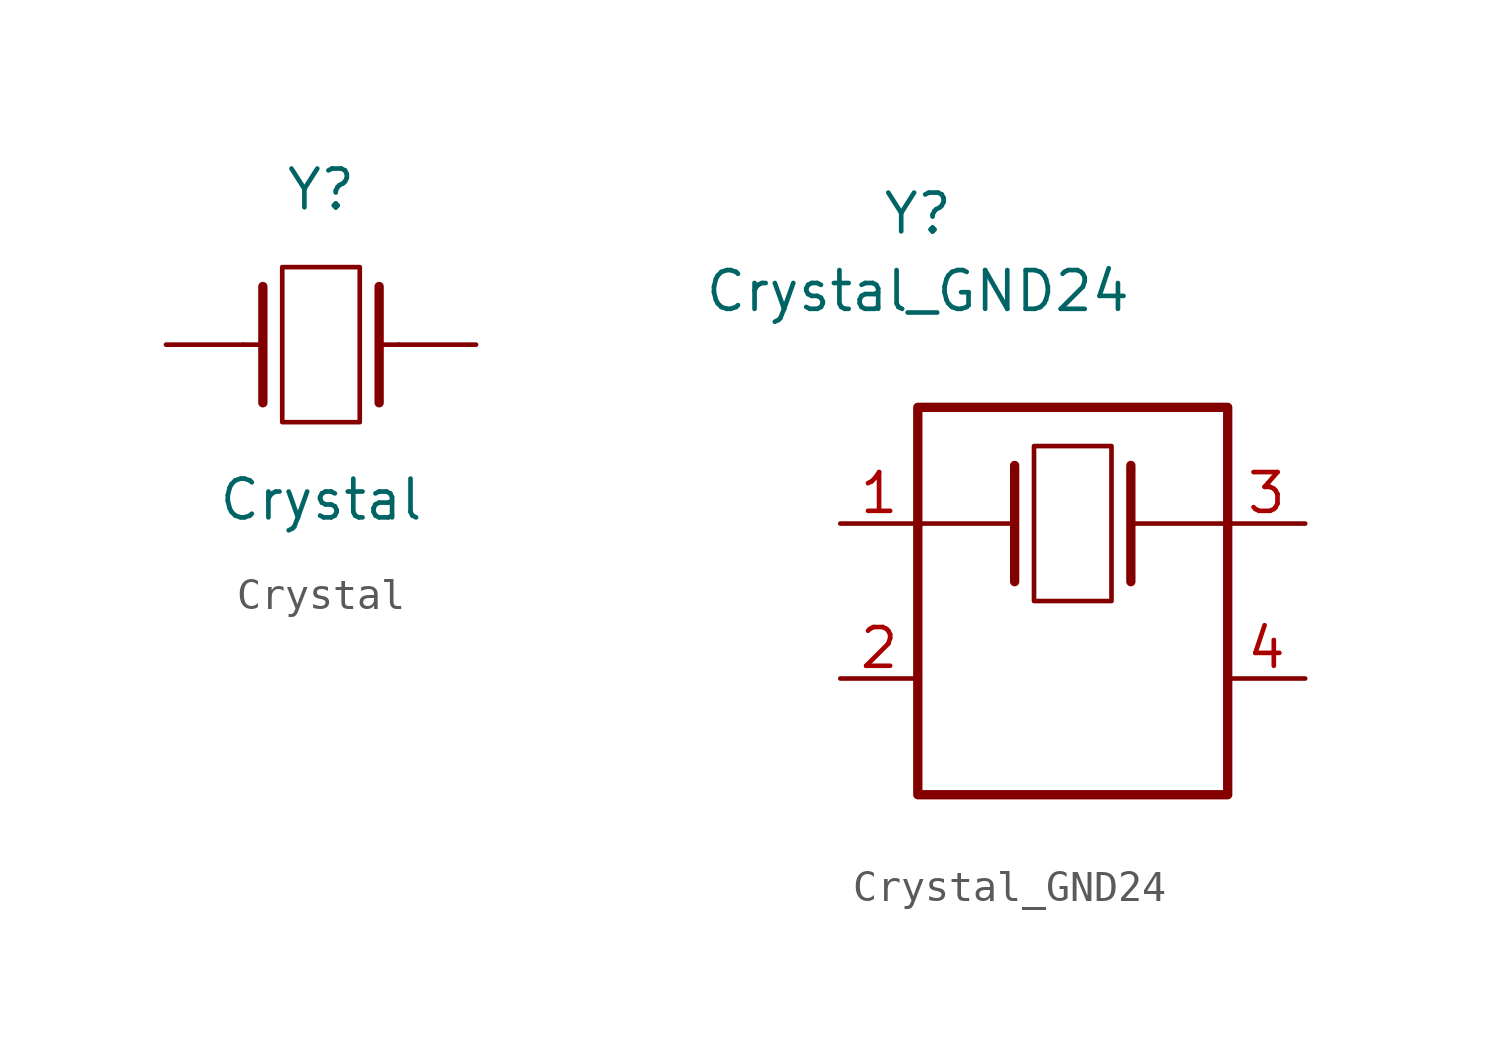
<source format=kicad_sym>
(kicad_symbol_lib
  (version 20211014)
  (generator kicad_symbol_editor)
  (symbol "Crystal"
    (pin_numbers hide)
    (pin_names
      (offset 1.016) hide)
    (property "Reference" "Y"
      (at 0 5.08 0)
      (effects (font (size 1.27 1.27))))
    (property "Value" "Crystal"
      (at 0 -5.08 0)
      (effects (font (size 1.27 1.27))))
    (symbol "Crystal_0_1"
      (rectangle (start -1.27 2.54) (end 1.27 -2.54) (stroke (width 0) (type default) (color 0 0 0 0)) (fill (type none)))
      (polyline (pts (xy -1.905 1.905) (xy -1.905 -1.905)) (stroke (width 0.305) (type default) (color 0 0 0 0)) (fill (type none)))
      (polyline (pts (xy 1.905 1.905) (xy 1.905 -1.905)) (stroke (width 0.305) (type default) (color 0 0 0 0)) (fill (type none))))
    (symbol "Crystal_1_1"
      (polyline (pts (xy -2.54 0) (xy -1.905 0)) (stroke (width 0) (type default) (color 0 0 0 0)) (fill (type none)))
      (polyline (pts (xy 2.54 0) (xy 1.905 0)) (stroke (width 0) (type default) (color 0 0 0 0)) (fill (type none)))
      (pin passive line (at -5.08 0 0) (length 2.54) (name "1" (effects (font (size 1.27 1.27)))) (number "1" (effects (font (size 1.27 1.27)))))
      (pin passive line (at 5.08 0 180) (length 2.54) (name "2" (effects (font (size 1.27 1.27)))) (number "2" (effects (font (size 1.27 1.27)))))))
  (symbol "Crystal_GND24"
    (pin_names
      (offset 1.016) hide)
    (property "Reference" "Y"
      (at -5.08 12.7 0)
      (effects (font (size 1.27 1.27))))
    (property "Value" "Crystal_GND24"
      (at -5.08 10.16 0)
      (effects (font (size 1.27 1.27))))
    (symbol "Crystal_GND24_0_1"
      (rectangle (start -5.08 6.35) (end 5.08 -6.35) (stroke (width 0.305) (type default) (color 0 0 0 0)) (fill (type none)))
      (rectangle (start -1.27 5.08) (end 1.27 0) (stroke (width 0) (type default) (color 0 0 0 0)) (fill (type none)))
      (polyline (pts (xy -5.08 2.54) (xy -1.905 2.54)) (stroke (width 0) (type default) (color 0 0 0 0)) (fill (type none)))
      (polyline (pts (xy -1.905 4.445) (xy -1.905 0.635)) (stroke (width 0.305) (type default) (color 0 0 0 0)) (fill (type none)))
      (polyline (pts (xy 1.905 4.445) (xy 1.905 0.635)) (stroke (width 0.305) (type default) (color 0 0 0 0)) (fill (type none)))
      (polyline (pts (xy 5.08 2.54) (xy 1.905 2.54)) (stroke (width 0) (type default) (color 0 0 0 0)) (fill (type none))))
    (symbol "Crystal_GND24_1_1"
      (pin passive line (at -7.62 2.54 0) (length 2.54) (name "1" (effects (font (size 1.27 1.27)))) (number "1" (effects (font (size 1.27 1.27)))))
      (pin passive line (at -7.62 -2.54 0) (length 2.54) (name "2" (effects (font (size 1.27 1.27)))) (number "2" (effects (font (size 1.27 1.27)))))
      (pin passive line (at 7.62 2.54 180) (length 2.54) (name "3" (effects (font (size 1.27 1.27)))) (number "3" (effects (font (size 1.27 1.27)))))
      (pin passive line (at 7.62 -2.54 180) (length 2.54) (name "4" (effects (font (size 1.27 1.27)))) (number "4" (effects (font (size 1.27 1.27))))))))
</source>
